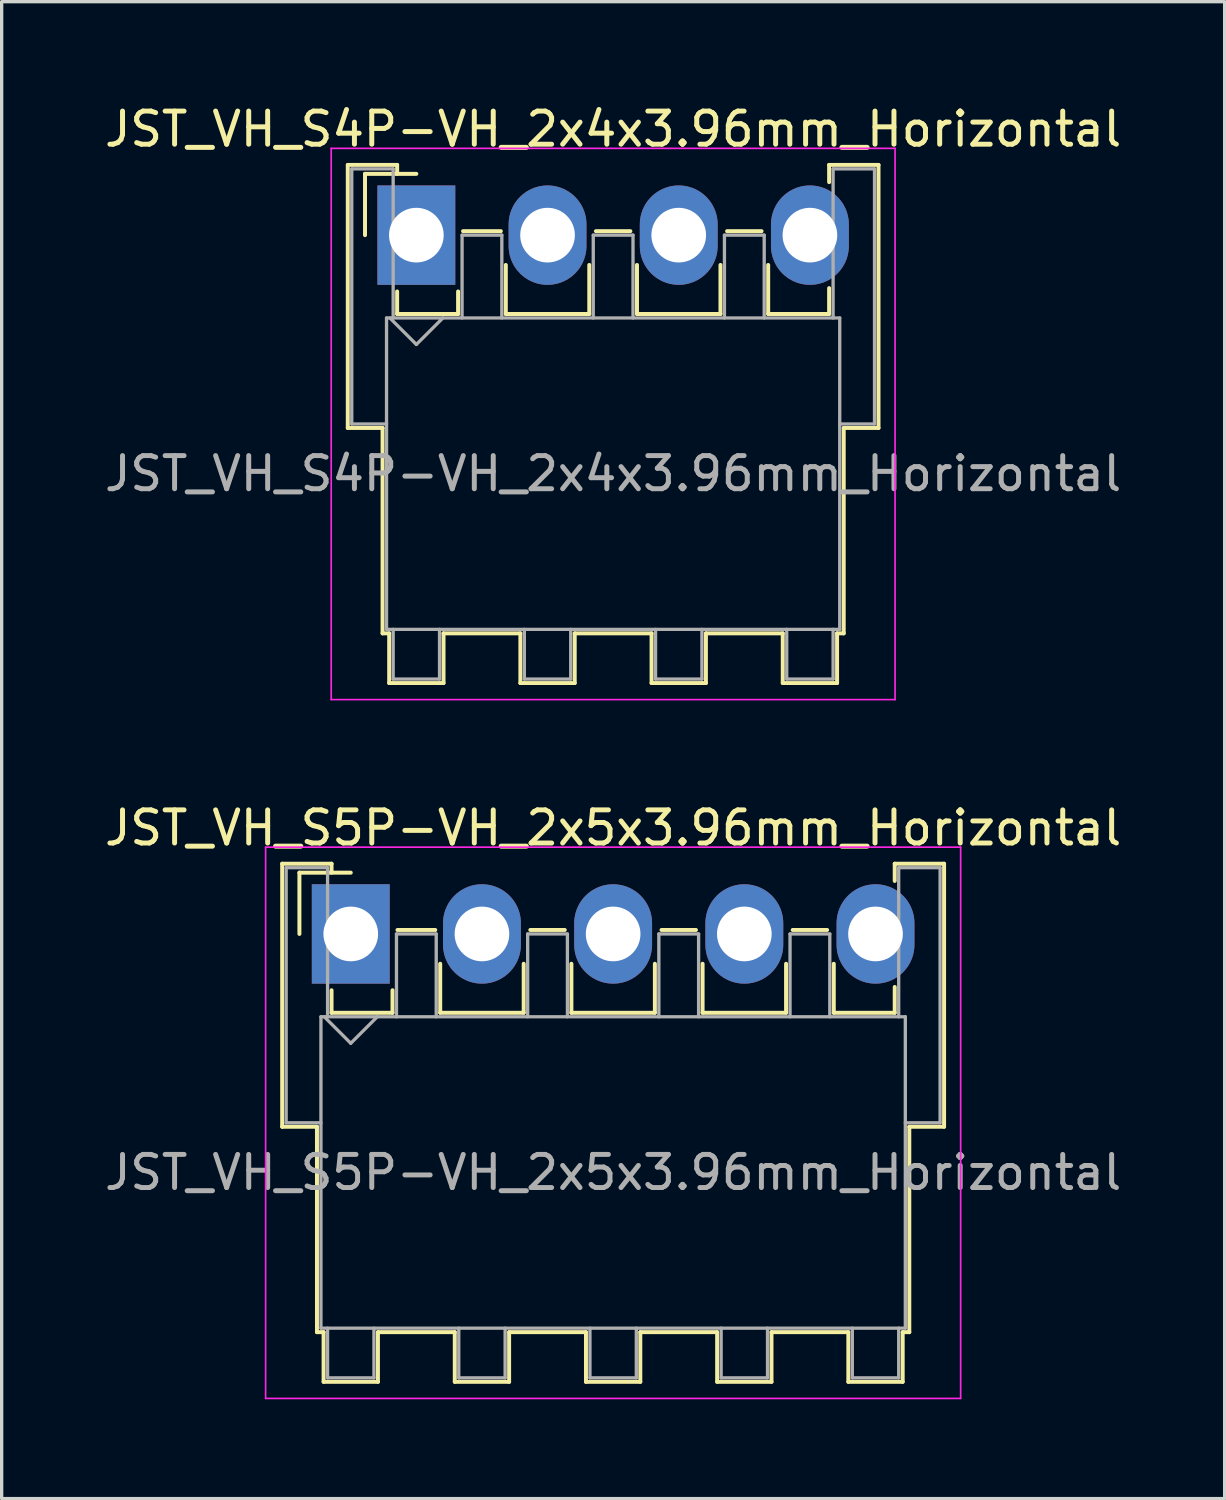
<source format=kicad_pcb>
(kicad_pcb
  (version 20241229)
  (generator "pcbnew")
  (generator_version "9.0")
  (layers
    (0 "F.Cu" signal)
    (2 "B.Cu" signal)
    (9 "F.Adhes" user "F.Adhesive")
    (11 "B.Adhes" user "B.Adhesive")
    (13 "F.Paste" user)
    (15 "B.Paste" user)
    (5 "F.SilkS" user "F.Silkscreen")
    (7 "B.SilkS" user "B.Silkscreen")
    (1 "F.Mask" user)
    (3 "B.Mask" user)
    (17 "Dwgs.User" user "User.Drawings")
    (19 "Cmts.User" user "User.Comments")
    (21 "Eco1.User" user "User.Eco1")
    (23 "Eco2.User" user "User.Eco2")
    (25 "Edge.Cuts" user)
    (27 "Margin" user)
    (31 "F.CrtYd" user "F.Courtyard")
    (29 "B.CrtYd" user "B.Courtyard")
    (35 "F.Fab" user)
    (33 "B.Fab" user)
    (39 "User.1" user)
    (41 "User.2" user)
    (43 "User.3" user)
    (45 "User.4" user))
  (footprint "JST_VH_S5P-VH_2x5x3.96mm_Horizontal"
    (layer "F.Cu")
    (at 7.538 25.142)
    (property "Reference" "JST_VH_S5P-VH_2x5x3.96mm_Horizontal" (at 7.92 -3.2 0) (layer "F.SilkS") (effects (font (size 1 1) (thickness 0.15))))
    (attr through_hole)
    (fp_line (start -2.07 -2.12) (end -0.58 -2.12) (stroke (width 0.12) (type solid)) (layer "F.SilkS"))
    (fp_line (start -2.07 5.82) (end -2.07 -2.12) (stroke (width 0.12) (type solid)) (layer "F.SilkS"))
    (fp_line (start -1.55 -1.85) (end -1.55 0) (stroke (width 0.12) (type solid)) (layer "F.SilkS"))
    (fp_line (start -1.02 5.82) (end -2.07 5.82) (stroke (width 0.12) (type solid)) (layer "F.SilkS"))
    (fp_line (start -1.02 5.82) (end -1.02 12.02) (stroke (width 0.12) (type solid)) (layer "F.SilkS"))
    (fp_line (start -1.02 12.02) (end -0.82 12.02) (stroke (width 0.12) (type solid)) (layer "F.SilkS"))
    (fp_line (start -0.82 12.02) (end -0.82 13.52) (stroke (width 0.12) (type solid)) (layer "F.SilkS"))
    (fp_line (start -0.82 13.52) (end 0.82 13.52) (stroke (width 0.12) (type solid)) (layer "F.SilkS"))
    (fp_line (start -0.58 -2.12) (end -0.58 -1.85) (stroke (width 0.12) (type solid)) (layer "F.SilkS"))
    (fp_line (start -0.58 1.7) (end -0.58 2.38) (stroke (width 0.12) (type solid)) (layer "F.SilkS"))
    (fp_line (start -0.58 2.38) (end 1.26 2.38) (stroke (width 0.12) (type solid)) (layer "F.SilkS"))
    (fp_line (start 0 -1.85) (end -1.55 -1.85) (stroke (width 0.12) (type solid)) (layer "F.SilkS"))
    (fp_line (start 0.82 12.02) (end 3.14 12.02) (stroke (width 0.12) (type solid)) (layer "F.SilkS"))
    (fp_line (start 0.82 13.52) (end 0.82 12.02) (stroke (width 0.12) (type solid)) (layer "F.SilkS"))
    (fp_line (start 1.26 2.38) (end 1.26 1.7) (stroke (width 0.12) (type solid)) (layer "F.SilkS"))
    (fp_line (start 1.41 -0.12) (end 2.55 -0.12) (stroke (width 0.12) (type solid)) (layer "F.SilkS"))
    (fp_line (start 2.7 0.9) (end 2.7 2.38) (stroke (width 0.12) (type solid)) (layer "F.SilkS"))
    (fp_line (start 2.7 2.38) (end 5.22 2.38) (stroke (width 0.12) (type solid)) (layer "F.SilkS"))
    (fp_line (start 3.14 12.02) (end 3.14 13.52) (stroke (width 0.12) (type solid)) (layer "F.SilkS"))
    (fp_line (start 3.14 13.52) (end 4.78 13.52) (stroke (width 0.12) (type solid)) (layer "F.SilkS"))
    (fp_line (start 4.78 12.02) (end 7.1 12.02) (stroke (width 0.12) (type solid)) (layer "F.SilkS"))
    (fp_line (start 4.78 13.52) (end 4.78 12.02) (stroke (width 0.12) (type solid)) (layer "F.SilkS"))
    (fp_line (start 5.22 2.38) (end 5.22 0.9) (stroke (width 0.12) (type solid)) (layer "F.SilkS"))
    (fp_line (start 5.42 -0.12) (end 6.46 -0.12) (stroke (width 0.12) (type solid)) (layer "F.SilkS"))
    (fp_line (start 6.66 0.9) (end 6.66 2.38) (stroke (width 0.12) (type solid)) (layer "F.SilkS"))
    (fp_line (start 6.66 2.38) (end 9.18 2.38) (stroke (width 0.12) (type solid)) (layer "F.SilkS"))
    (fp_line (start 7.1 12.02) (end 7.1 13.52) (stroke (width 0.12) (type solid)) (layer "F.SilkS"))
    (fp_line (start 7.1 13.52) (end 8.74 13.52) (stroke (width 0.12) (type solid)) (layer "F.SilkS"))
    (fp_line (start 8.74 12.02) (end 11.06 12.02) (stroke (width 0.12) (type solid)) (layer "F.SilkS"))
    (fp_line (start 8.74 13.52) (end 8.74 12.02) (stroke (width 0.12) (type solid)) (layer "F.SilkS"))
    (fp_line (start 9.18 2.38) (end 9.18 0.9) (stroke (width 0.12) (type solid)) (layer "F.SilkS"))
    (fp_line (start 9.38 -0.12) (end 10.42 -0.12) (stroke (width 0.12) (type solid)) (layer "F.SilkS"))
    (fp_line (start 10.62 0.9) (end 10.62 2.38) (stroke (width 0.12) (type solid)) (layer "F.SilkS"))
    (fp_line (start 10.62 2.38) (end 13.14 2.38) (stroke (width 0.12) (type solid)) (layer "F.SilkS"))
    (fp_line (start 11.06 12.02) (end 11.06 13.52) (stroke (width 0.12) (type solid)) (layer "F.SilkS"))
    (fp_line (start 11.06 13.52) (end 12.7 13.52) (stroke (width 0.12) (type solid)) (layer "F.SilkS"))
    (fp_line (start 12.7 12.02) (end 15.02 12.02) (stroke (width 0.12) (type solid)) (layer "F.SilkS"))
    (fp_line (start 12.7 13.52) (end 12.7 12.02) (stroke (width 0.12) (type solid)) (layer "F.SilkS"))
    (fp_line (start 13.14 2.38) (end 13.14 0.9) (stroke (width 0.12) (type solid)) (layer "F.SilkS"))
    (fp_line (start 13.34 -0.12) (end 14.38 -0.12) (stroke (width 0.12) (type solid)) (layer "F.SilkS"))
    (fp_line (start 14.58 0.9) (end 14.58 2.38) (stroke (width 0.12) (type solid)) (layer "F.SilkS"))
    (fp_line (start 14.58 2.38) (end 16.42 2.38) (stroke (width 0.12) (type solid)) (layer "F.SilkS"))
    (fp_line (start 15.02 12.02) (end 15.02 13.52) (stroke (width 0.12) (type solid)) (layer "F.SilkS"))
    (fp_line (start 15.02 13.52) (end 16.66 13.52) (stroke (width 0.12) (type solid)) (layer "F.SilkS"))
    (fp_line (start 16.42 -2.12) (end 17.91 -2.12) (stroke (width 0.12) (type solid)) (layer "F.SilkS"))
    (fp_line (start 16.42 -1.6) (end 16.42 -2.12) (stroke (width 0.12) (type solid)) (layer "F.SilkS"))
    (fp_line (start 16.42 2.38) (end 16.42 1.6) (stroke (width 0.12) (type solid)) (layer "F.SilkS"))
    (fp_line (start 16.66 12.02) (end 16.86 12.02) (stroke (width 0.12) (type solid)) (layer "F.SilkS"))
    (fp_line (start 16.66 13.52) (end 16.66 12.02) (stroke (width 0.12) (type solid)) (layer "F.SilkS"))
    (fp_line (start 16.86 12.02) (end 16.86 5.82) (stroke (width 0.12) (type solid)) (layer "F.SilkS"))
    (fp_line (start 17.91 -2.12) (end 17.91 5.82) (stroke (width 0.12) (type solid)) (layer "F.SilkS"))
    (fp_line (start 17.91 5.82) (end 16.86 5.82) (stroke (width 0.12) (type solid)) (layer "F.SilkS"))
    (fp_line (start -2.57 -2.62) (end -2.57 14.02) (stroke (width 0.05) (type solid)) (layer "F.CrtYd"))
    (fp_line (start -2.57 14.02) (end 18.41 14.02) (stroke (width 0.05) (type solid)) (layer "F.CrtYd"))
    (fp_line (start 18.41 -2.62) (end -2.57 -2.62) (stroke (width 0.05) (type solid)) (layer "F.CrtYd"))
    (fp_line (start 18.41 14.02) (end 18.41 -2.62) (stroke (width 0.05) (type solid)) (layer "F.CrtYd"))
    (fp_line (start -1.95 -2) (end -0.7 -2) (stroke (width 0.1) (type solid)) (layer "F.Fab"))
    (fp_line (start -1.95 5.7) (end -1.95 -2) (stroke (width 0.1) (type solid)) (layer "F.Fab"))
    (fp_line (start -0.9 2.5) (end -0.9 11.9) (stroke (width 0.1) (type solid)) (layer "F.Fab"))
    (fp_line (start -0.9 5.7) (end -1.95 5.7) (stroke (width 0.1) (type solid)) (layer "F.Fab"))
    (fp_line (start -0.9 11.9) (end 16.74 11.9) (stroke (width 0.1) (type solid)) (layer "F.Fab"))
    (fp_line (start -0.8 2.5) (end 0 3.3) (stroke (width 0.1) (type solid)) (layer "F.Fab"))
    (fp_line (start -0.7 -2) (end -0.7 2.5) (stroke (width 0.1) (type solid)) (layer "F.Fab"))
    (fp_line (start -0.7 11.9) (end -0.7 13.4) (stroke (width 0.1) (type solid)) (layer "F.Fab"))
    (fp_line (start -0.7 13.4) (end 0.7 13.4) (stroke (width 0.1) (type solid)) (layer "F.Fab"))
    (fp_line (start 0 3.3) (end 0.8 2.5) (stroke (width 0.1) (type solid)) (layer "F.Fab"))
    (fp_line (start 0.7 13.4) (end 0.7 11.9) (stroke (width 0.1) (type solid)) (layer "F.Fab"))
    (fp_line (start 1.38 0) (end 2.58 0) (stroke (width 0.1) (type solid)) (layer "F.Fab"))
    (fp_line (start 1.38 2.5) (end 1.38 0) (stroke (width 0.1) (type solid)) (layer "F.Fab"))
    (fp_line (start 2.58 0) (end 2.58 2.5) (stroke (width 0.1) (type solid)) (layer "F.Fab"))
    (fp_line (start 3.26 11.9) (end 3.26 13.4) (stroke (width 0.1) (type solid)) (layer "F.Fab"))
    (fp_line (start 3.26 13.4) (end 4.66 13.4) (stroke (width 0.1) (type solid)) (layer "F.Fab"))
    (fp_line (start 4.66 13.4) (end 4.66 11.9) (stroke (width 0.1) (type solid)) (layer "F.Fab"))
    (fp_line (start 5.34 0) (end 6.54 0) (stroke (width 0.1) (type solid)) (layer "F.Fab"))
    (fp_line (start 5.34 2.5) (end 5.34 0) (stroke (width 0.1) (type solid)) (layer "F.Fab"))
    (fp_line (start 6.54 0) (end 6.54 2.5) (stroke (width 0.1) (type solid)) (layer "F.Fab"))
    (fp_line (start 7.22 11.9) (end 7.22 13.4) (stroke (width 0.1) (type solid)) (layer "F.Fab"))
    (fp_line (start 7.22 13.4) (end 8.62 13.4) (stroke (width 0.1) (type solid)) (layer "F.Fab"))
    (fp_line (start 8.62 13.4) (end 8.62 11.9) (stroke (width 0.1) (type solid)) (layer "F.Fab"))
    (fp_line (start 9.3 0) (end 10.5 0) (stroke (width 0.1) (type solid)) (layer "F.Fab"))
    (fp_line (start 9.3 2.5) (end 9.3 0) (stroke (width 0.1) (type solid)) (layer "F.Fab"))
    (fp_line (start 10.5 0) (end 10.5 2.5) (stroke (width 0.1) (type solid)) (layer "F.Fab"))
    (fp_line (start 11.18 11.9) (end 11.18 13.4) (stroke (width 0.1) (type solid)) (layer "F.Fab"))
    (fp_line (start 11.18 13.4) (end 12.58 13.4) (stroke (width 0.1) (type solid)) (layer "F.Fab"))
    (fp_line (start 12.58 13.4) (end 12.58 11.9) (stroke (width 0.1) (type solid)) (layer "F.Fab"))
    (fp_line (start 13.26 0) (end 14.46 0) (stroke (width 0.1) (type solid)) (layer "F.Fab"))
    (fp_line (start 13.26 2.5) (end 13.26 0) (stroke (width 0.1) (type solid)) (layer "F.Fab"))
    (fp_line (start 14.46 0) (end 14.46 2.5) (stroke (width 0.1) (type solid)) (layer "F.Fab"))
    (fp_line (start 15.14 11.9) (end 15.14 13.4) (stroke (width 0.1) (type solid)) (layer "F.Fab"))
    (fp_line (start 15.14 13.4) (end 16.54 13.4) (stroke (width 0.1) (type solid)) (layer "F.Fab"))
    (fp_line (start 16.54 -2) (end 17.79 -2) (stroke (width 0.1) (type solid)) (layer "F.Fab"))
    (fp_line (start 16.54 2.5) (end 16.54 -2) (stroke (width 0.1) (type solid)) (layer "F.Fab"))
    (fp_line (start 16.54 13.4) (end 16.54 11.9) (stroke (width 0.1) (type solid)) (layer "F.Fab"))
    (fp_line (start 16.74 2.5) (end -0.9 2.5) (stroke (width 0.1) (type solid)) (layer "F.Fab"))
    (fp_line (start 16.74 11.9) (end 16.74 2.5) (stroke (width 0.1) (type solid)) (layer "F.Fab"))
    (fp_line (start 17.79 -2) (end 17.79 5.7) (stroke (width 0.1) (type solid)) (layer "F.Fab"))
    (fp_line (start 17.79 5.7) (end 16.74 5.7) (stroke (width 0.1) (type solid)) (layer "F.Fab"))
    (fp_text user "${REFERENCE}" (at 7.92 7.2 0) (layer "F.Fab") (effects (font (size 1 1) (thickness 0.15))))
    (pad "1" thru_hole rect (at 0 0) (size 2.35 3) (drill 1.65) (layers "*.Cu" "*.Mask"))
    (pad "2" thru_hole oval (at 3.96 0) (size 2.35 3) (drill 1.65) (layers "*.Cu" "*.Mask"))
    (pad "3" thru_hole oval (at 7.92 0) (size 2.35 3) (drill 1.65) (layers "*.Cu" "*.Mask"))
    (pad "4" thru_hole oval (at 11.88 0) (size 2.35 3) (drill 1.65) (layers "*.Cu" "*.Mask"))
    (pad "5" thru_hole oval (at 15.84 0) (size 2.35 3) (drill 1.65) (layers "*.Cu" "*.Mask")))
  (footprint "JST_VH_S4P-VH_2x4x3.96mm_Horizontal"
    (layer "F.Cu")
    (at 9.518 4.048)
    (property "Reference" "JST_VH_S4P-VH_2x4x3.96mm_Horizontal" (at 5.94 -3.2 0) (layer "F.SilkS") (effects (font (size 1 1) (thickness 0.15))))
    (attr through_hole)
    (fp_line (start -2.07 -2.12) (end -0.58 -2.12) (stroke (width 0.12) (type solid)) (layer "F.SilkS"))
    (fp_line (start -2.07 5.82) (end -2.07 -2.12) (stroke (width 0.12) (type solid)) (layer "F.SilkS"))
    (fp_line (start -1.55 -1.85) (end -1.55 0) (stroke (width 0.12) (type solid)) (layer "F.SilkS"))
    (fp_line (start -1.02 5.82) (end -2.07 5.82) (stroke (width 0.12) (type solid)) (layer "F.SilkS"))
    (fp_line (start -1.02 5.82) (end -1.02 12.02) (stroke (width 0.12) (type solid)) (layer "F.SilkS"))
    (fp_line (start -1.02 12.02) (end -0.82 12.02) (stroke (width 0.12) (type solid)) (layer "F.SilkS"))
    (fp_line (start -0.82 12.02) (end -0.82 13.52) (stroke (width 0.12) (type solid)) (layer "F.SilkS"))
    (fp_line (start -0.82 13.52) (end 0.82 13.52) (stroke (width 0.12) (type solid)) (layer "F.SilkS"))
    (fp_line (start -0.58 -2.12) (end -0.58 -1.85) (stroke (width 0.12) (type solid)) (layer "F.SilkS"))
    (fp_line (start -0.58 1.7) (end -0.58 2.38) (stroke (width 0.12) (type solid)) (layer "F.SilkS"))
    (fp_line (start -0.58 2.38) (end 1.26 2.38) (stroke (width 0.12) (type solid)) (layer "F.SilkS"))
    (fp_line (start 0 -1.85) (end -1.55 -1.85) (stroke (width 0.12) (type solid)) (layer "F.SilkS"))
    (fp_line (start 0.82 12.02) (end 3.14 12.02) (stroke (width 0.12) (type solid)) (layer "F.SilkS"))
    (fp_line (start 0.82 13.52) (end 0.82 12.02) (stroke (width 0.12) (type solid)) (layer "F.SilkS"))
    (fp_line (start 1.26 2.38) (end 1.26 1.7) (stroke (width 0.12) (type solid)) (layer "F.SilkS"))
    (fp_line (start 1.41 -0.12) (end 2.55 -0.12) (stroke (width 0.12) (type solid)) (layer "F.SilkS"))
    (fp_line (start 2.7 0.9) (end 2.7 2.38) (stroke (width 0.12) (type solid)) (layer "F.SilkS"))
    (fp_line (start 2.7 2.38) (end 5.22 2.38) (stroke (width 0.12) (type solid)) (layer "F.SilkS"))
    (fp_line (start 3.14 12.02) (end 3.14 13.52) (stroke (width 0.12) (type solid)) (layer "F.SilkS"))
    (fp_line (start 3.14 13.52) (end 4.78 13.52) (stroke (width 0.12) (type solid)) (layer "F.SilkS"))
    (fp_line (start 4.78 12.02) (end 7.1 12.02) (stroke (width 0.12) (type solid)) (layer "F.SilkS"))
    (fp_line (start 4.78 13.52) (end 4.78 12.02) (stroke (width 0.12) (type solid)) (layer "F.SilkS"))
    (fp_line (start 5.22 2.38) (end 5.22 0.9) (stroke (width 0.12) (type solid)) (layer "F.SilkS"))
    (fp_line (start 5.42 -0.12) (end 6.46 -0.12) (stroke (width 0.12) (type solid)) (layer "F.SilkS"))
    (fp_line (start 6.66 0.9) (end 6.66 2.38) (stroke (width 0.12) (type solid)) (layer "F.SilkS"))
    (fp_line (start 6.66 2.38) (end 9.18 2.38) (stroke (width 0.12) (type solid)) (layer "F.SilkS"))
    (fp_line (start 7.1 12.02) (end 7.1 13.52) (stroke (width 0.12) (type solid)) (layer "F.SilkS"))
    (fp_line (start 7.1 13.52) (end 8.74 13.52) (stroke (width 0.12) (type solid)) (layer "F.SilkS"))
    (fp_line (start 8.74 12.02) (end 11.06 12.02) (stroke (width 0.12) (type solid)) (layer "F.SilkS"))
    (fp_line (start 8.74 13.52) (end 8.74 12.02) (stroke (width 0.12) (type solid)) (layer "F.SilkS"))
    (fp_line (start 9.18 2.38) (end 9.18 0.9) (stroke (width 0.12) (type solid)) (layer "F.SilkS"))
    (fp_line (start 9.38 -0.12) (end 10.42 -0.12) (stroke (width 0.12) (type solid)) (layer "F.SilkS"))
    (fp_line (start 10.62 0.9) (end 10.62 2.38) (stroke (width 0.12) (type solid)) (layer "F.SilkS"))
    (fp_line (start 10.62 2.38) (end 12.46 2.38) (stroke (width 0.12) (type solid)) (layer "F.SilkS"))
    (fp_line (start 11.06 12.02) (end 11.06 13.52) (stroke (width 0.12) (type solid)) (layer "F.SilkS"))
    (fp_line (start 11.06 13.52) (end 12.7 13.52) (stroke (width 0.12) (type solid)) (layer "F.SilkS"))
    (fp_line (start 12.46 -2.12) (end 13.95 -2.12) (stroke (width 0.12) (type solid)) (layer "F.SilkS"))
    (fp_line (start 12.46 -1.6) (end 12.46 -2.12) (stroke (width 0.12) (type solid)) (layer "F.SilkS"))
    (fp_line (start 12.46 2.38) (end 12.46 1.6) (stroke (width 0.12) (type solid)) (layer "F.SilkS"))
    (fp_line (start 12.7 12.02) (end 12.9 12.02) (stroke (width 0.12) (type solid)) (layer "F.SilkS"))
    (fp_line (start 12.7 13.52) (end 12.7 12.02) (stroke (width 0.12) (type solid)) (layer "F.SilkS"))
    (fp_line (start 12.9 12.02) (end 12.9 5.82) (stroke (width 0.12) (type solid)) (layer "F.SilkS"))
    (fp_line (start 13.95 -2.12) (end 13.95 5.82) (stroke (width 0.12) (type solid)) (layer "F.SilkS"))
    (fp_line (start 13.95 5.82) (end 12.9 5.82) (stroke (width 0.12) (type solid)) (layer "F.SilkS"))
    (fp_line (start -2.57 -2.62) (end -2.57 14.02) (stroke (width 0.05) (type solid)) (layer "F.CrtYd"))
    (fp_line (start -2.57 14.02) (end 14.45 14.02) (stroke (width 0.05) (type solid)) (layer "F.CrtYd"))
    (fp_line (start 14.45 -2.62) (end -2.57 -2.62) (stroke (width 0.05) (type solid)) (layer "F.CrtYd"))
    (fp_line (start 14.45 14.02) (end 14.45 -2.62) (stroke (width 0.05) (type solid)) (layer "F.CrtYd"))
    (fp_line (start -1.95 -2) (end -0.7 -2) (stroke (width 0.1) (type solid)) (layer "F.Fab"))
    (fp_line (start -1.95 5.7) (end -1.95 -2) (stroke (width 0.1) (type solid)) (layer "F.Fab"))
    (fp_line (start -0.9 2.5) (end -0.9 11.9) (stroke (width 0.1) (type solid)) (layer "F.Fab"))
    (fp_line (start -0.9 5.7) (end -1.95 5.7) (stroke (width 0.1) (type solid)) (layer "F.Fab"))
    (fp_line (start -0.9 11.9) (end 12.78 11.9) (stroke (width 0.1) (type solid)) (layer "F.Fab"))
    (fp_line (start -0.8 2.5) (end 0 3.3) (stroke (width 0.1) (type solid)) (layer "F.Fab"))
    (fp_line (start -0.7 -2) (end -0.7 2.5) (stroke (width 0.1) (type solid)) (layer "F.Fab"))
    (fp_line (start -0.7 11.9) (end -0.7 13.4) (stroke (width 0.1) (type solid)) (layer "F.Fab"))
    (fp_line (start -0.7 13.4) (end 0.7 13.4) (stroke (width 0.1) (type solid)) (layer "F.Fab"))
    (fp_line (start 0 3.3) (end 0.8 2.5) (stroke (width 0.1) (type solid)) (layer "F.Fab"))
    (fp_line (start 0.7 13.4) (end 0.7 11.9) (stroke (width 0.1) (type solid)) (layer "F.Fab"))
    (fp_line (start 1.38 0) (end 2.58 0) (stroke (width 0.1) (type solid)) (layer "F.Fab"))
    (fp_line (start 1.38 2.5) (end 1.38 0) (stroke (width 0.1) (type solid)) (layer "F.Fab"))
    (fp_line (start 2.58 0) (end 2.58 2.5) (stroke (width 0.1) (type solid)) (layer "F.Fab"))
    (fp_line (start 3.26 11.9) (end 3.26 13.4) (stroke (width 0.1) (type solid)) (layer "F.Fab"))
    (fp_line (start 3.26 13.4) (end 4.66 13.4) (stroke (width 0.1) (type solid)) (layer "F.Fab"))
    (fp_line (start 4.66 13.4) (end 4.66 11.9) (stroke (width 0.1) (type solid)) (layer "F.Fab"))
    (fp_line (start 5.34 0) (end 6.54 0) (stroke (width 0.1) (type solid)) (layer "F.Fab"))
    (fp_line (start 5.34 2.5) (end 5.34 0) (stroke (width 0.1) (type solid)) (layer "F.Fab"))
    (fp_line (start 6.54 0) (end 6.54 2.5) (stroke (width 0.1) (type solid)) (layer "F.Fab"))
    (fp_line (start 7.22 11.9) (end 7.22 13.4) (stroke (width 0.1) (type solid)) (layer "F.Fab"))
    (fp_line (start 7.22 13.4) (end 8.62 13.4) (stroke (width 0.1) (type solid)) (layer "F.Fab"))
    (fp_line (start 8.62 13.4) (end 8.62 11.9) (stroke (width 0.1) (type solid)) (layer "F.Fab"))
    (fp_line (start 9.3 0) (end 10.5 0) (stroke (width 0.1) (type solid)) (layer "F.Fab"))
    (fp_line (start 9.3 2.5) (end 9.3 0) (stroke (width 0.1) (type solid)) (layer "F.Fab"))
    (fp_line (start 10.5 0) (end 10.5 2.5) (stroke (width 0.1) (type solid)) (layer "F.Fab"))
    (fp_line (start 11.18 11.9) (end 11.18 13.4) (stroke (width 0.1) (type solid)) (layer "F.Fab"))
    (fp_line (start 11.18 13.4) (end 12.58 13.4) (stroke (width 0.1) (type solid)) (layer "F.Fab"))
    (fp_line (start 12.58 -2) (end 13.83 -2) (stroke (width 0.1) (type solid)) (layer "F.Fab"))
    (fp_line (start 12.58 2.5) (end 12.58 -2) (stroke (width 0.1) (type solid)) (layer "F.Fab"))
    (fp_line (start 12.58 13.4) (end 12.58 11.9) (stroke (width 0.1) (type solid)) (layer "F.Fab"))
    (fp_line (start 12.78 2.5) (end -0.9 2.5) (stroke (width 0.1) (type solid)) (layer "F.Fab"))
    (fp_line (start 12.78 11.9) (end 12.78 2.5) (stroke (width 0.1) (type solid)) (layer "F.Fab"))
    (fp_line (start 13.83 -2) (end 13.83 5.7) (stroke (width 0.1) (type solid)) (layer "F.Fab"))
    (fp_line (start 13.83 5.7) (end 12.78 5.7) (stroke (width 0.1) (type solid)) (layer "F.Fab"))
    (fp_text user "${REFERENCE}" (at 5.94 7.2 0) (layer "F.Fab") (effects (font (size 1 1) (thickness 0.15))))
    (pad "1" thru_hole rect (at 0 0) (size 2.35 3) (drill 1.65) (layers "*.Cu" "*.Mask"))
    (pad "2" thru_hole oval (at 3.96 0) (size 2.35 3) (drill 1.65) (layers "*.Cu" "*.Mask"))
    (pad "3" thru_hole oval (at 7.92 0) (size 2.35 3) (drill 1.65) (layers "*.Cu" "*.Mask"))
    (pad "4" thru_hole oval (at 11.88 0) (size 2.35 3) (drill 1.65) (layers "*.Cu" "*.Mask")))
  (gr_rect
    (start -3 -3)
    (end 33.917 42.187)
    (stroke (width 0.1) (type default))
    (fill no)
    (layer "Edge.Cuts")))
</source>
